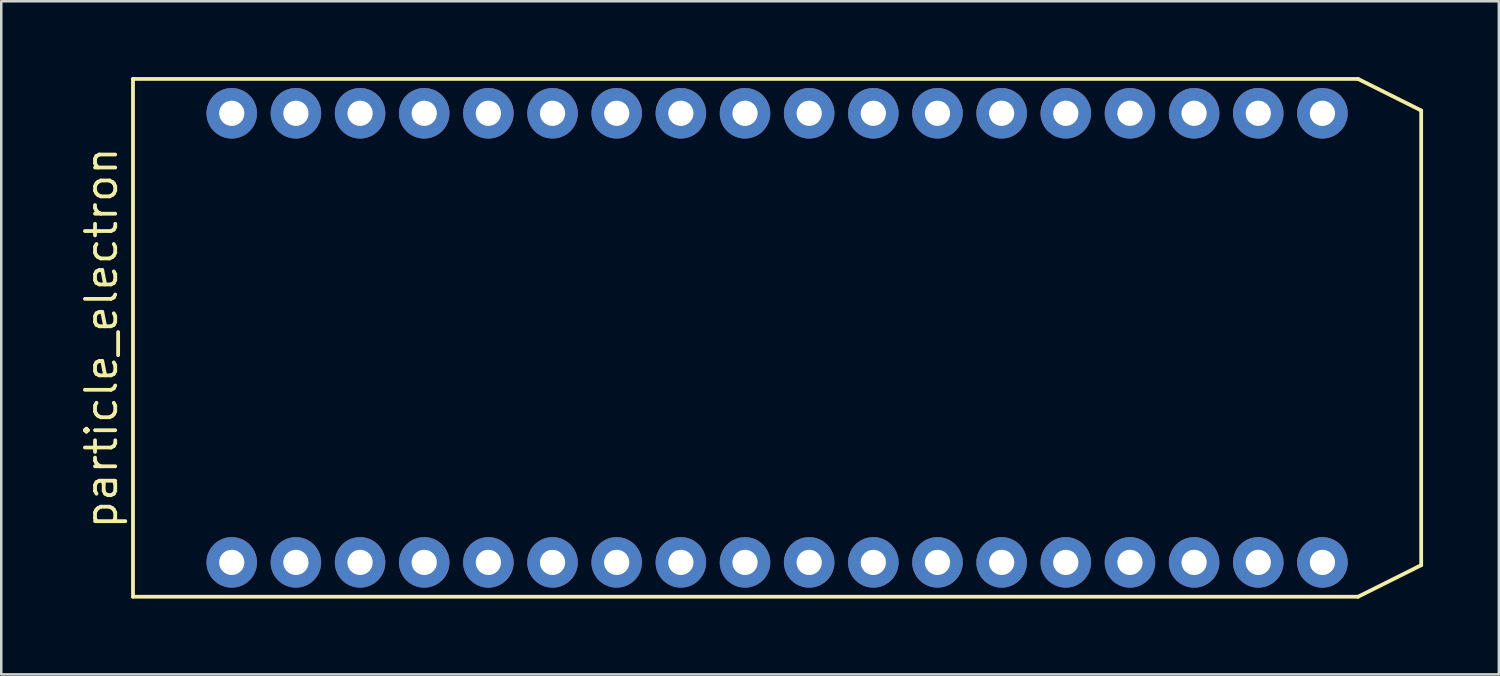
<source format=kicad_pcb>
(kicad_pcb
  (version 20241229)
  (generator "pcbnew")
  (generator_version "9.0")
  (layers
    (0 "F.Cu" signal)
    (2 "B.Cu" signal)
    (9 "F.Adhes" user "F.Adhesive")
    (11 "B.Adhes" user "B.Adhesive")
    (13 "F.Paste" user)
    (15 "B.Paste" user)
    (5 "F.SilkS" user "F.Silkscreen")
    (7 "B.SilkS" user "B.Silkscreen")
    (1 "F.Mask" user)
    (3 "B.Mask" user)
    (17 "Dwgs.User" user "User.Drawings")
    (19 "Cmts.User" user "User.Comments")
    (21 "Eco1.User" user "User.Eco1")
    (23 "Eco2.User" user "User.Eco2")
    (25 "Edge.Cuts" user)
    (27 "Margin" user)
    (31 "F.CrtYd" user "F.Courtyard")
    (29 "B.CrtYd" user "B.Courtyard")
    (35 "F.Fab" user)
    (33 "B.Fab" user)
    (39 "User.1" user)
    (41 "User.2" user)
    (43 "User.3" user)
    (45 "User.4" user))
  (footprint "particle_electron"
    (layer "F.Cu")
    (at 27.715 10.325)
    (property "Reference" "particle_electron" (at -26.75 0 90) (layer "F.SilkS") (effects (font (size 1.2 1.2) (thickness 0.15))))
    (attr through_hole)
    (fp_line (start -25.5 -10.25) (end -25.5 10.25) (stroke (width 0.15) (type solid)) (layer "F.SilkS"))
    (fp_line (start -25.5 10.25) (end 23 10.25) (stroke (width 0.15) (type solid)) (layer "F.SilkS"))
    (fp_line (start 23 -10.25) (end -25.5 -10.25) (stroke (width 0.15) (type solid)) (layer "F.SilkS"))
    (fp_line (start 23 -10.25) (end 25.5 -9) (stroke (width 0.15) (type solid)) (layer "F.SilkS"))
    (fp_line (start 23 10.25) (end 25.5 9) (stroke (width 0.15) (type solid)) (layer "F.SilkS"))
    (fp_line (start 25.5 9) (end 25.5 -9) (stroke (width 0.15) (type solid)) (layer "F.SilkS"))
    (pad "1" thru_hole circle (at -21.59 8.89) (size 2 2) (drill 1) (layers "*.Cu" "*.Mask"))
    (pad "2" thru_hole circle (at -19.05 8.89) (size 2 2) (drill 1) (layers "*.Cu" "*.Mask"))
    (pad "3" thru_hole circle (at -16.51 8.89) (size 2 2) (drill 1) (layers "*.Cu" "*.Mask"))
    (pad "4" thru_hole circle (at -13.97 8.89) (size 2 2) (drill 1) (layers "*.Cu" "*.Mask"))
    (pad "5" thru_hole circle (at -11.43 8.89) (size 2 2) (drill 1) (layers "*.Cu" "*.Mask"))
    (pad "6" thru_hole circle (at -8.89 8.89) (size 2 2) (drill 1) (layers "*.Cu" "*.Mask"))
    (pad "7" thru_hole circle (at -6.35 8.89) (size 2 2) (drill 1) (layers "*.Cu" "*.Mask"))
    (pad "8" thru_hole circle (at -3.81 8.89) (size 2 2) (drill 1) (layers "*.Cu" "*.Mask"))
    (pad "9" thru_hole circle (at -1.27 8.89) (size 2 2) (drill 1) (layers "*.Cu" "*.Mask"))
    (pad "10" thru_hole circle (at 1.27 8.89) (size 2 2) (drill 1) (layers "*.Cu" "*.Mask"))
    (pad "11" thru_hole circle (at 3.81 8.89) (size 2 2) (drill 1) (layers "*.Cu" "*.Mask"))
    (pad "12" thru_hole circle (at 6.35 8.89) (size 2 2) (drill 1) (layers "*.Cu" "*.Mask"))
    (pad "13" thru_hole circle (at 8.89 8.89) (size 2 2) (drill 1) (layers "*.Cu" "*.Mask"))
    (pad "14" thru_hole circle (at 11.43 8.89) (size 2 2) (drill 1) (layers "*.Cu" "*.Mask"))
    (pad "15" thru_hole circle (at 13.97 8.89) (size 2 2) (drill 1) (layers "*.Cu" "*.Mask"))
    (pad "16" thru_hole circle (at 16.51 8.89) (size 2 2) (drill 1) (layers "*.Cu" "*.Mask"))
    (pad "17" thru_hole circle (at 19.05 8.89) (size 2 2) (drill 1) (layers "*.Cu" "*.Mask"))
    (pad "18" thru_hole circle (at 21.59 8.89) (size 2 2) (drill 1) (layers "*.Cu" "*.Mask"))
    (pad "19" thru_hole circle (at 21.59 -8.89) (size 2 2) (drill 1) (layers "*.Cu" "*.Mask"))
    (pad "20" thru_hole circle (at 19.05 -8.89) (size 2 2) (drill 1) (layers "*.Cu" "*.Mask"))
    (pad "21" thru_hole circle (at 16.51 -8.89) (size 2 2) (drill 1) (layers "*.Cu" "*.Mask"))
    (pad "22" thru_hole circle (at 13.97 -8.89) (size 2 2) (drill 1) (layers "*.Cu" "*.Mask"))
    (pad "23" thru_hole circle (at 11.43 -8.89) (size 2 2) (drill 1) (layers "*.Cu" "*.Mask"))
    (pad "24" thru_hole circle (at 8.89 -8.89) (size 2 2) (drill 1) (layers "*.Cu" "*.Mask"))
    (pad "25" thru_hole circle (at 6.35 -8.89) (size 2 2) (drill 1) (layers "*.Cu" "*.Mask"))
    (pad "26" thru_hole circle (at 3.81 -8.89) (size 2 2) (drill 1) (layers "*.Cu" "*.Mask"))
    (pad "27" thru_hole circle (at 1.27 -8.89) (size 2 2) (drill 1) (layers "*.Cu" "*.Mask"))
    (pad "28" thru_hole circle (at -1.27 -8.89) (size 2 2) (drill 1) (layers "*.Cu" "*.Mask"))
    (pad "29" thru_hole circle (at -3.81 -8.89) (size 2 2) (drill 1) (layers "*.Cu" "*.Mask"))
    (pad "30" thru_hole circle (at -6.35 -8.89) (size 2 2) (drill 1) (layers "*.Cu" "*.Mask"))
    (pad "31" thru_hole circle (at -8.89 -8.89) (size 2 2) (drill 1) (layers "*.Cu" "*.Mask"))
    (pad "32" thru_hole circle (at -11.43 -8.89) (size 2 2) (drill 1) (layers "*.Cu" "*.Mask"))
    (pad "33" thru_hole circle (at -13.97 -8.89) (size 2 2) (drill 1) (layers "*.Cu" "*.Mask"))
    (pad "34" thru_hole circle (at -16.51 -8.89) (size 2 2) (drill 1) (layers "*.Cu" "*.Mask"))
    (pad "35" thru_hole circle (at -19.05 -8.89) (size 2 2) (drill 1) (layers "*.Cu" "*.Mask"))
    (pad "36" thru_hole circle (at -21.59 -8.89) (size 2 2) (drill 1) (layers "*.Cu" "*.Mask")))
  (gr_rect
    (start -3 -3)
    (end 56.29 23.65)
    (stroke (width 0.1) (type default))
    (fill no)
    (layer "Edge.Cuts")))
</source>
